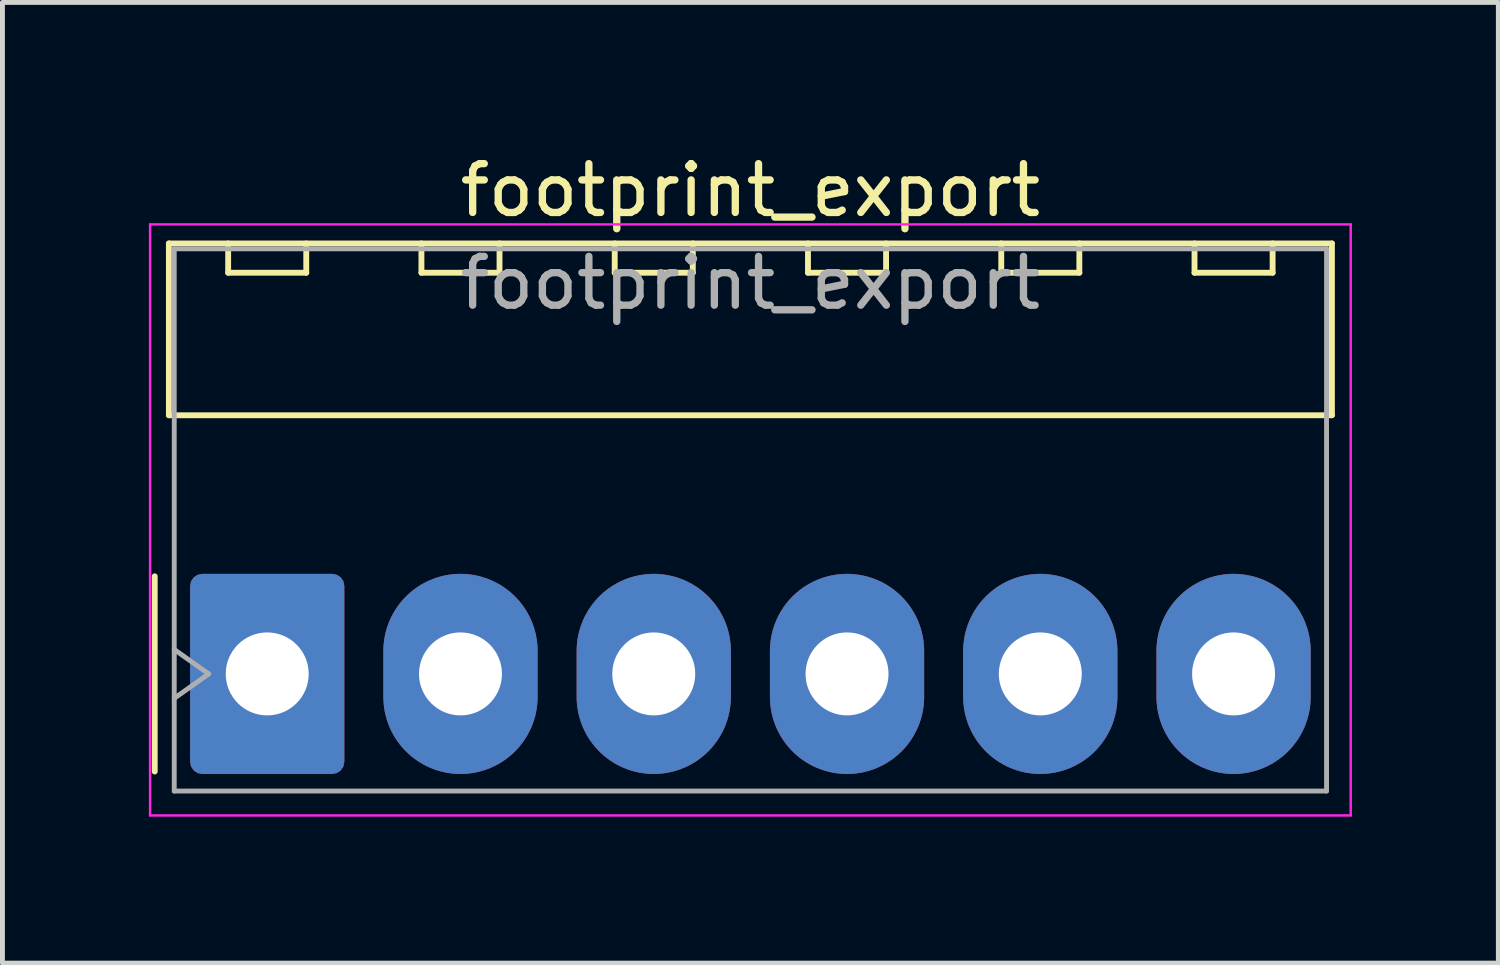
<source format=kicad_pcb>
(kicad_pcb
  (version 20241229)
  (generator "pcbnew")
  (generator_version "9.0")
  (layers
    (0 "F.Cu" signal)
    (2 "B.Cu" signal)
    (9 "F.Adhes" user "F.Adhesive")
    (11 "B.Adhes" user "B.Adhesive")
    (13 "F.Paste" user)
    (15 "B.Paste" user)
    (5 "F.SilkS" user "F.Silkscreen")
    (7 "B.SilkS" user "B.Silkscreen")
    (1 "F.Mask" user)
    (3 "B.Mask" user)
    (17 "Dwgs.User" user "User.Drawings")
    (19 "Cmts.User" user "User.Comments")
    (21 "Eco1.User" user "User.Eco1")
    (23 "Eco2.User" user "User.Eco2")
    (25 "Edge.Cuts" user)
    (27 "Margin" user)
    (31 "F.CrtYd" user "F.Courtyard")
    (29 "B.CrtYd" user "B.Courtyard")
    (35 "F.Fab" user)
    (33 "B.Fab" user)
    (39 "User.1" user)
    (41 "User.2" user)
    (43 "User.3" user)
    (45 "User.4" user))
  (footprint "footprint_export"
    (layer "F.Cu")
    (at 2.425 10.758)
    (property "Reference" "footprint_export" (at 9.9 -9.91 0) (layer "F.SilkS") (effects (font (size 1 1) (thickness 0.15))))
    (attr through_hole)
    (fp_line (start -2.305 -2) (end -2.305 2) (stroke (width 0.12) (type solid)) (layer "F.SilkS"))
    (fp_line (start -2.015 -8.82) (end 21.815 -8.82) (stroke (width 0.12) (type solid)) (layer "F.SilkS"))
    (fp_line (start -2.015 -5.3) (end -2.015 -8.82) (stroke (width 0.12) (type solid)) (layer "F.SilkS"))
    (fp_line (start -0.8 -8.82) (end -0.8 -8.22) (stroke (width 0.12) (type solid)) (layer "F.SilkS"))
    (fp_line (start -0.8 -8.22) (end 0.8 -8.22) (stroke (width 0.12) (type solid)) (layer "F.SilkS"))
    (fp_line (start 0.8 -8.22) (end 0.8 -8.82) (stroke (width 0.12) (type solid)) (layer "F.SilkS"))
    (fp_line (start 3.16 -8.82) (end 3.16 -8.22) (stroke (width 0.12) (type solid)) (layer "F.SilkS"))
    (fp_line (start 3.16 -8.22) (end 4.76 -8.22) (stroke (width 0.12) (type solid)) (layer "F.SilkS"))
    (fp_line (start 4.76 -8.22) (end 4.76 -8.82) (stroke (width 0.12) (type solid)) (layer "F.SilkS"))
    (fp_line (start 7.12 -8.82) (end 7.12 -8.22) (stroke (width 0.12) (type solid)) (layer "F.SilkS"))
    (fp_line (start 7.12 -8.22) (end 8.72 -8.22) (stroke (width 0.12) (type solid)) (layer "F.SilkS"))
    (fp_line (start 8.72 -8.22) (end 8.72 -8.82) (stroke (width 0.12) (type solid)) (layer "F.SilkS"))
    (fp_line (start 11.08 -8.82) (end 11.08 -8.22) (stroke (width 0.12) (type solid)) (layer "F.SilkS"))
    (fp_line (start 11.08 -8.22) (end 12.68 -8.22) (stroke (width 0.12) (type solid)) (layer "F.SilkS"))
    (fp_line (start 12.68 -8.22) (end 12.68 -8.82) (stroke (width 0.12) (type solid)) (layer "F.SilkS"))
    (fp_line (start 15.04 -8.82) (end 15.04 -8.22) (stroke (width 0.12) (type solid)) (layer "F.SilkS"))
    (fp_line (start 15.04 -8.22) (end 16.64 -8.22) (stroke (width 0.12) (type solid)) (layer "F.SilkS"))
    (fp_line (start 16.64 -8.22) (end 16.64 -8.82) (stroke (width 0.12) (type solid)) (layer "F.SilkS"))
    (fp_line (start 19 -8.82) (end 19 -8.22) (stroke (width 0.12) (type solid)) (layer "F.SilkS"))
    (fp_line (start 19 -8.22) (end 20.6 -8.22) (stroke (width 0.12) (type solid)) (layer "F.SilkS"))
    (fp_line (start 20.6 -8.22) (end 20.6 -8.82) (stroke (width 0.12) (type solid)) (layer "F.SilkS"))
    (fp_line (start 21.815 -8.82) (end 21.815 -5.3) (stroke (width 0.12) (type solid)) (layer "F.SilkS"))
    (fp_line (start 21.815 -5.3) (end -2.015 -5.3) (stroke (width 0.12) (type solid)) (layer "F.SilkS"))
    (fp_line (start -2.4 -9.21) (end -2.4 2.9) (stroke (width 0.05) (type solid)) (layer "F.CrtYd"))
    (fp_line (start -2.4 2.9) (end 22.2 2.9) (stroke (width 0.05) (type solid)) (layer "F.CrtYd"))
    (fp_line (start 22.2 -9.21) (end -2.4 -9.21) (stroke (width 0.05) (type solid)) (layer "F.CrtYd"))
    (fp_line (start 22.2 2.9) (end 22.2 -9.21) (stroke (width 0.05) (type solid)) (layer "F.CrtYd"))
    (fp_line (start -1.905 -8.71) (end 21.705 -8.71) (stroke (width 0.1) (type solid)) (layer "F.Fab"))
    (fp_line (start -1.905 -0.5) (end -1.198 0) (stroke (width 0.1) (type solid)) (layer "F.Fab"))
    (fp_line (start -1.905 2.4) (end -1.905 -8.71) (stroke (width 0.1) (type solid)) (layer "F.Fab"))
    (fp_line (start -1.198 0) (end -1.905 0.5) (stroke (width 0.1) (type solid)) (layer "F.Fab"))
    (fp_line (start 21.705 -8.71) (end 21.705 2.4) (stroke (width 0.1) (type solid)) (layer "F.Fab"))
    (fp_line (start 21.705 2.4) (end -1.905 2.4) (stroke (width 0.1) (type solid)) (layer "F.Fab"))
    (fp_text user "${REFERENCE}" (at 9.9 -8.01 0) (layer "F.Fab") (effects (font (size 1 1) (thickness 0.15))))
    (pad "1" thru_hole roundrect (at 0 0) (size 3.16 4.1) (drill 1.7) (layers "*.Cu" "*.Mask") (roundrect_rratio 0.079))
    (pad "2" thru_hole oval (at 3.96 0) (size 3.16 4.1) (drill 1.7) (layers "*.Cu" "*.Mask"))
    (pad "3" thru_hole oval (at 7.92 0) (size 3.16 4.1) (drill 1.7) (layers "*.Cu" "*.Mask"))
    (pad "4" thru_hole oval (at 11.88 0) (size 3.16 4.1) (drill 1.7) (layers "*.Cu" "*.Mask"))
    (pad "5" thru_hole oval (at 15.84 0) (size 3.16 4.1) (drill 1.7) (layers "*.Cu" "*.Mask"))
    (pad "6" thru_hole oval (at 19.8 0) (size 3.16 4.1) (drill 1.7) (layers "*.Cu" "*.Mask")))
  (gr_rect
    (start -3 -3)
    (end 27.65 16.683)
    (stroke (width 0.1) (type default))
    (fill no)
    (layer "Edge.Cuts")))
</source>
